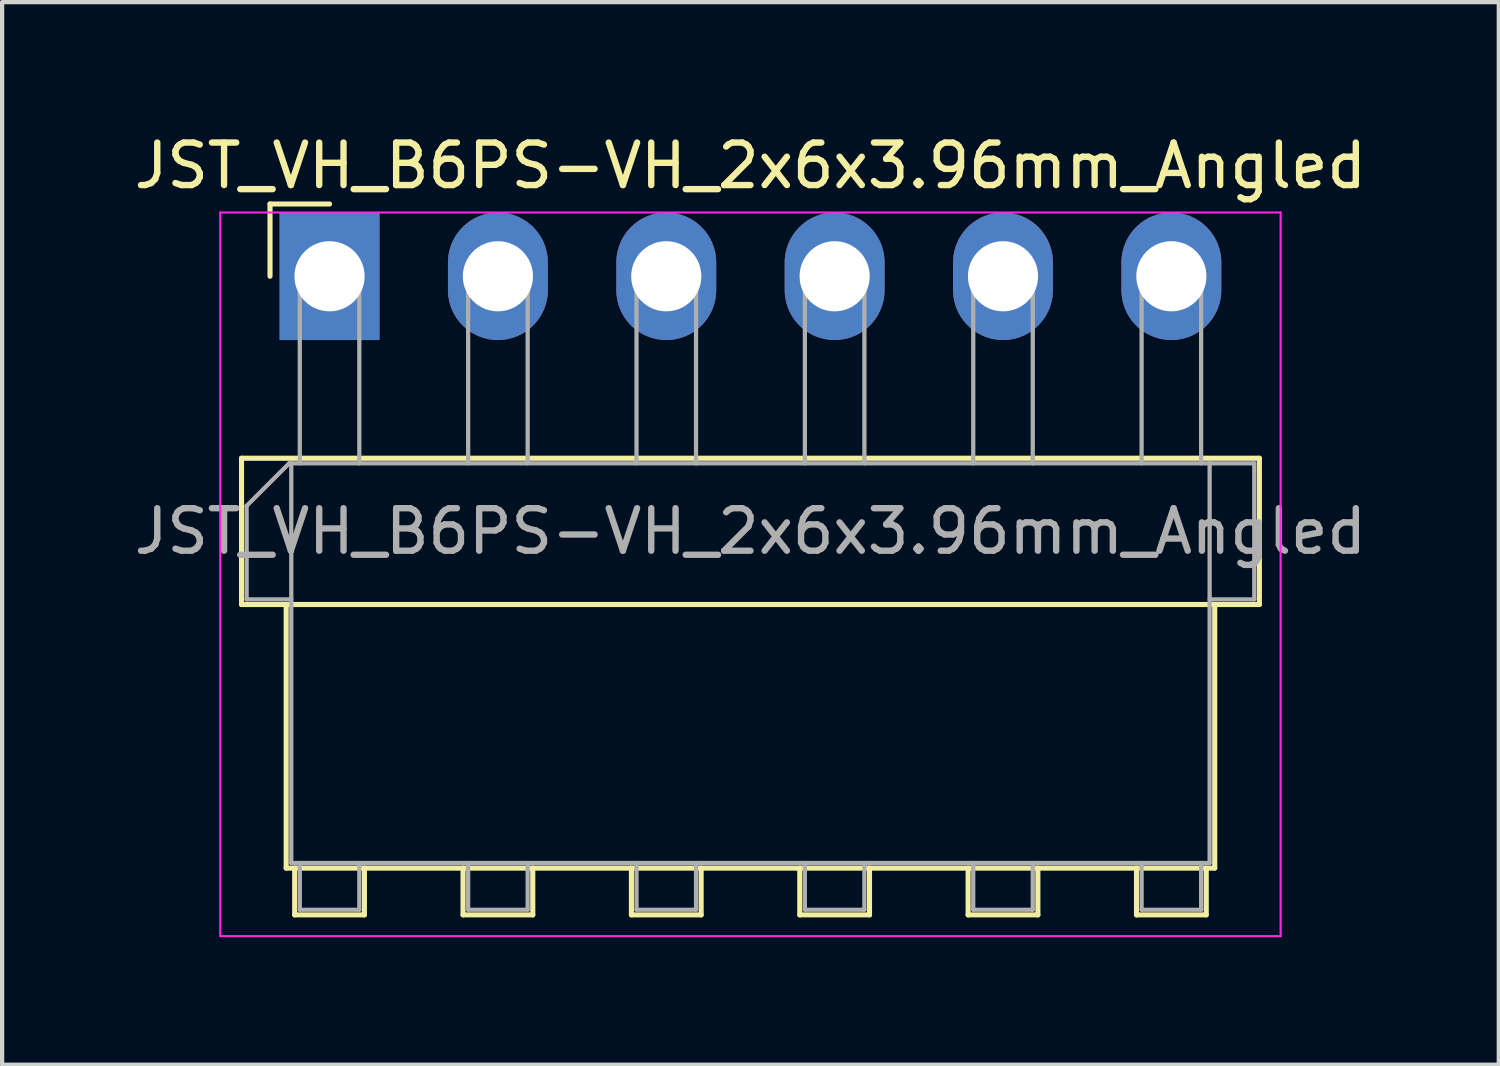
<source format=kicad_pcb>
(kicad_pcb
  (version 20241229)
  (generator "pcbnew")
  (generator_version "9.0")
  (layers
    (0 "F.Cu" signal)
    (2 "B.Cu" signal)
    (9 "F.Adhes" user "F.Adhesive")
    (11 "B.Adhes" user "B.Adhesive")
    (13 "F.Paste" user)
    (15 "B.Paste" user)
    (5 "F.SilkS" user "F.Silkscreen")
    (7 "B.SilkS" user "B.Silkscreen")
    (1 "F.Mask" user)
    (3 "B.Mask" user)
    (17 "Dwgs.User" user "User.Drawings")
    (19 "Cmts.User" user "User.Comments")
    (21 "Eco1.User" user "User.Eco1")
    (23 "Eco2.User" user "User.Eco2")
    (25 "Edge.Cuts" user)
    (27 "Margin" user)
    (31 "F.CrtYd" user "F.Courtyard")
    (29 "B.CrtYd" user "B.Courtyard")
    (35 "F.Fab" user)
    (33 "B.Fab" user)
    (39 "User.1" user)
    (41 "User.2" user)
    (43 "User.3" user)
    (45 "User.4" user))
  (footprint "JST_VH_B6PS-VH_2x6x3.96mm_Angled"
    (layer "F.Cu")
    (at 4.701 3.448)
    (property "Reference" "JST_VH_B6PS-VH_2x6x3.96mm_Angled" (at 9.9 -2.6 0) (layer "F.SilkS") (effects (font (size 1 1) (thickness 0.15))))
    (attr through_hole)
    (fp_line (start -2.07 4.28) (end -2.07 7.72) (stroke (width 0.12) (type solid)) (layer "F.SilkS"))
    (fp_line (start -2.07 7.72) (end 21.87 7.72) (stroke (width 0.12) (type solid)) (layer "F.SilkS"))
    (fp_line (start -1.4 -1.7) (end -1.4 0) (stroke (width 0.12) (type solid)) (layer "F.SilkS"))
    (fp_line (start -1.02 7.72) (end -1.02 13.92) (stroke (width 0.12) (type solid)) (layer "F.SilkS"))
    (fp_line (start -1.02 13.92) (end 20.82 13.92) (stroke (width 0.12) (type solid)) (layer "F.SilkS"))
    (fp_line (start -0.82 13.92) (end -0.82 15.02) (stroke (width 0.12) (type solid)) (layer "F.SilkS"))
    (fp_line (start -0.82 15.02) (end 0.82 15.02) (stroke (width 0.12) (type solid)) (layer "F.SilkS"))
    (fp_line (start 0 -1.7) (end -1.4 -1.7) (stroke (width 0.12) (type solid)) (layer "F.SilkS"))
    (fp_line (start 0.82 15.02) (end 0.82 13.92) (stroke (width 0.12) (type solid)) (layer "F.SilkS"))
    (fp_line (start 3.14 13.92) (end 3.14 15.02) (stroke (width 0.12) (type solid)) (layer "F.SilkS"))
    (fp_line (start 3.14 15.02) (end 4.78 15.02) (stroke (width 0.12) (type solid)) (layer "F.SilkS"))
    (fp_line (start 4.78 15.02) (end 4.78 13.92) (stroke (width 0.12) (type solid)) (layer "F.SilkS"))
    (fp_line (start 7.1 13.92) (end 7.1 15.02) (stroke (width 0.12) (type solid)) (layer "F.SilkS"))
    (fp_line (start 7.1 15.02) (end 8.74 15.02) (stroke (width 0.12) (type solid)) (layer "F.SilkS"))
    (fp_line (start 8.74 15.02) (end 8.74 13.92) (stroke (width 0.12) (type solid)) (layer "F.SilkS"))
    (fp_line (start 11.06 13.92) (end 11.06 15.02) (stroke (width 0.12) (type solid)) (layer "F.SilkS"))
    (fp_line (start 11.06 15.02) (end 12.7 15.02) (stroke (width 0.12) (type solid)) (layer "F.SilkS"))
    (fp_line (start 12.7 15.02) (end 12.7 13.92) (stroke (width 0.12) (type solid)) (layer "F.SilkS"))
    (fp_line (start 15.02 13.92) (end 15.02 15.02) (stroke (width 0.12) (type solid)) (layer "F.SilkS"))
    (fp_line (start 15.02 15.02) (end 16.66 15.02) (stroke (width 0.12) (type solid)) (layer "F.SilkS"))
    (fp_line (start 16.66 15.02) (end 16.66 13.92) (stroke (width 0.12) (type solid)) (layer "F.SilkS"))
    (fp_line (start 18.98 13.92) (end 18.98 15.02) (stroke (width 0.12) (type solid)) (layer "F.SilkS"))
    (fp_line (start 18.98 15.02) (end 20.62 15.02) (stroke (width 0.12) (type solid)) (layer "F.SilkS"))
    (fp_line (start 20.62 15.02) (end 20.62 13.92) (stroke (width 0.12) (type solid)) (layer "F.SilkS"))
    (fp_line (start 20.82 13.92) (end 20.82 7.72) (stroke (width 0.12) (type solid)) (layer "F.SilkS"))
    (fp_line (start 21.87 4.28) (end -2.07 4.28) (stroke (width 0.12) (type solid)) (layer "F.SilkS"))
    (fp_line (start 21.87 7.72) (end 21.87 4.28) (stroke (width 0.12) (type solid)) (layer "F.SilkS"))
    (fp_line (start -2.57 -1.5) (end -2.57 15.52) (stroke (width 0.05) (type solid)) (layer "F.CrtYd"))
    (fp_line (start -2.57 15.52) (end 22.37 15.52) (stroke (width 0.05) (type solid)) (layer "F.CrtYd"))
    (fp_line (start 22.37 -1.5) (end -2.57 -1.5) (stroke (width 0.05) (type solid)) (layer "F.CrtYd"))
    (fp_line (start 22.37 15.52) (end 22.37 -1.5) (stroke (width 0.05) (type solid)) (layer "F.CrtYd"))
    (fp_line (start -1.95 5.4) (end -0.95 4.4) (stroke (width 0.1) (type solid)) (layer "F.Fab"))
    (fp_line (start -1.95 7.6) (end -1.95 5.4) (stroke (width 0.1) (type solid)) (layer "F.Fab"))
    (fp_line (start -0.95 4.4) (end -0.9 4.4) (stroke (width 0.1) (type solid)) (layer "F.Fab"))
    (fp_line (start -0.9 4.4) (end -0.9 13.8) (stroke (width 0.1) (type solid)) (layer "F.Fab"))
    (fp_line (start -0.9 7.6) (end -1.95 7.6) (stroke (width 0.1) (type solid)) (layer "F.Fab"))
    (fp_line (start -0.9 13.8) (end 20.7 13.8) (stroke (width 0.1) (type solid)) (layer "F.Fab"))
    (fp_line (start -0.7 0) (end 0.7 0) (stroke (width 0.1) (type solid)) (layer "F.Fab"))
    (fp_line (start -0.7 4.4) (end -0.7 0) (stroke (width 0.1) (type solid)) (layer "F.Fab"))
    (fp_line (start -0.7 13.8) (end -0.7 14.9) (stroke (width 0.1) (type solid)) (layer "F.Fab"))
    (fp_line (start -0.7 14.9) (end 0.7 14.9) (stroke (width 0.1) (type solid)) (layer "F.Fab"))
    (fp_line (start 0.7 0) (end 0.7 4.4) (stroke (width 0.1) (type solid)) (layer "F.Fab"))
    (fp_line (start 0.7 14.9) (end 0.7 13.8) (stroke (width 0.1) (type solid)) (layer "F.Fab"))
    (fp_line (start 3.26 0) (end 4.66 0) (stroke (width 0.1) (type solid)) (layer "F.Fab"))
    (fp_line (start 3.26 4.4) (end 3.26 0) (stroke (width 0.1) (type solid)) (layer "F.Fab"))
    (fp_line (start 3.26 13.8) (end 3.26 14.9) (stroke (width 0.1) (type solid)) (layer "F.Fab"))
    (fp_line (start 3.26 14.9) (end 4.66 14.9) (stroke (width 0.1) (type solid)) (layer "F.Fab"))
    (fp_line (start 4.66 0) (end 4.66 4.4) (stroke (width 0.1) (type solid)) (layer "F.Fab"))
    (fp_line (start 4.66 14.9) (end 4.66 13.8) (stroke (width 0.1) (type solid)) (layer "F.Fab"))
    (fp_line (start 7.22 0) (end 8.62 0) (stroke (width 0.1) (type solid)) (layer "F.Fab"))
    (fp_line (start 7.22 4.4) (end 7.22 0) (stroke (width 0.1) (type solid)) (layer "F.Fab"))
    (fp_line (start 7.22 13.8) (end 7.22 14.9) (stroke (width 0.1) (type solid)) (layer "F.Fab"))
    (fp_line (start 7.22 14.9) (end 8.62 14.9) (stroke (width 0.1) (type solid)) (layer "F.Fab"))
    (fp_line (start 8.62 0) (end 8.62 4.4) (stroke (width 0.1) (type solid)) (layer "F.Fab"))
    (fp_line (start 8.62 14.9) (end 8.62 13.8) (stroke (width 0.1) (type solid)) (layer "F.Fab"))
    (fp_line (start 11.18 0) (end 12.58 0) (stroke (width 0.1) (type solid)) (layer "F.Fab"))
    (fp_line (start 11.18 4.4) (end 11.18 0) (stroke (width 0.1) (type solid)) (layer "F.Fab"))
    (fp_line (start 11.18 13.8) (end 11.18 14.9) (stroke (width 0.1) (type solid)) (layer "F.Fab"))
    (fp_line (start 11.18 14.9) (end 12.58 14.9) (stroke (width 0.1) (type solid)) (layer "F.Fab"))
    (fp_line (start 12.58 0) (end 12.58 4.4) (stroke (width 0.1) (type solid)) (layer "F.Fab"))
    (fp_line (start 12.58 14.9) (end 12.58 13.8) (stroke (width 0.1) (type solid)) (layer "F.Fab"))
    (fp_line (start 15.14 0) (end 16.54 0) (stroke (width 0.1) (type solid)) (layer "F.Fab"))
    (fp_line (start 15.14 4.4) (end 15.14 0) (stroke (width 0.1) (type solid)) (layer "F.Fab"))
    (fp_line (start 15.14 13.8) (end 15.14 14.9) (stroke (width 0.1) (type solid)) (layer "F.Fab"))
    (fp_line (start 15.14 14.9) (end 16.54 14.9) (stroke (width 0.1) (type solid)) (layer "F.Fab"))
    (fp_line (start 16.54 0) (end 16.54 4.4) (stroke (width 0.1) (type solid)) (layer "F.Fab"))
    (fp_line (start 16.54 14.9) (end 16.54 13.8) (stroke (width 0.1) (type solid)) (layer "F.Fab"))
    (fp_line (start 19.1 0) (end 20.5 0) (stroke (width 0.1) (type solid)) (layer "F.Fab"))
    (fp_line (start 19.1 4.4) (end 19.1 0) (stroke (width 0.1) (type solid)) (layer "F.Fab"))
    (fp_line (start 19.1 13.8) (end 19.1 14.9) (stroke (width 0.1) (type solid)) (layer "F.Fab"))
    (fp_line (start 19.1 14.9) (end 20.5 14.9) (stroke (width 0.1) (type solid)) (layer "F.Fab"))
    (fp_line (start 20.5 0) (end 20.5 4.4) (stroke (width 0.1) (type solid)) (layer "F.Fab"))
    (fp_line (start 20.5 14.9) (end 20.5 13.8) (stroke (width 0.1) (type solid)) (layer "F.Fab"))
    (fp_line (start 20.7 4.4) (end -0.9 4.4) (stroke (width 0.1) (type solid)) (layer "F.Fab"))
    (fp_line (start 20.7 4.4) (end 21.75 4.4) (stroke (width 0.1) (type solid)) (layer "F.Fab"))
    (fp_line (start 20.7 13.8) (end 20.7 4.4) (stroke (width 0.1) (type solid)) (layer "F.Fab"))
    (fp_line (start 21.75 4.4) (end 21.75 7.6) (stroke (width 0.1) (type solid)) (layer "F.Fab"))
    (fp_line (start 21.75 7.6) (end 20.7 7.6) (stroke (width 0.1) (type solid)) (layer "F.Fab"))
    (fp_text user "${REFERENCE}" (at 9.9 6 0) (layer "F.Fab") (effects (font (size 1 1) (thickness 0.15))))
    (pad "1" thru_hole rect (at 0 0) (size 2.35 3) (drill 1.65) (layers "*.Cu" "*.Mask"))
    (pad "2" thru_hole oval (at 3.96 0) (size 2.35 3) (drill 1.65) (layers "*.Cu" "*.Mask"))
    (pad "3" thru_hole oval (at 7.92 0) (size 2.35 3) (drill 1.65) (layers "*.Cu" "*.Mask"))
    (pad "4" thru_hole oval (at 11.88 0) (size 2.35 3) (drill 1.65) (layers "*.Cu" "*.Mask"))
    (pad "5" thru_hole oval (at 15.84 0) (size 2.35 3) (drill 1.65) (layers "*.Cu" "*.Mask"))
    (pad "6" thru_hole oval (at 19.8 0) (size 2.35 3) (drill 1.65) (layers "*.Cu" "*.Mask")))
  (gr_rect
    (start -3 -3)
    (end 32.202 21.993)
    (stroke (width 0.1) (type default))
    (fill no)
    (layer "Edge.Cuts")))
</source>
